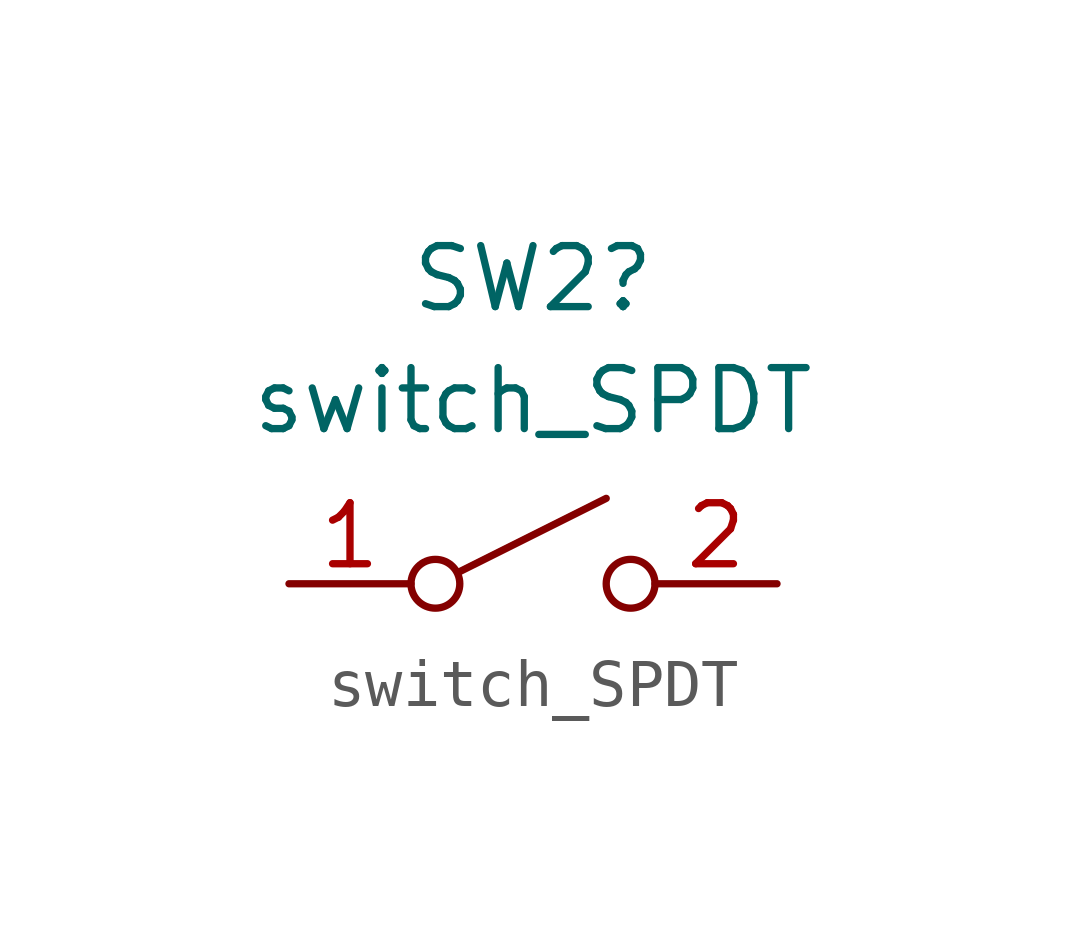
<source format=kicad_sym>
(kicad_symbol_lib
  (version 20231120)
  (generator "kicad_symbol_editor")
  (generator_version "8.0")
  (symbol "switch_SPDT"
    (pin_names
      (offset 0) hide)
    (property "Reference" "SW2"
      (at 0 6.35 0)
      (effects (font (size 1.27 1.27))))
    (property "Value" "switch_SPDT"
      (at 0 3.81 0)
      (effects (font (size 1.27 1.27))))
    (symbol "switch_SPDT_0_0"
      (circle (center -2.032 0) (radius 0.508) (stroke (width 0) (type default)) (fill (type none)))
      (polyline (pts (xy -1.524 0.254) (xy 1.524 1.778)) (stroke (width 0) (type default)) (fill (type none)))
      (circle (center 2.032 0) (radius 0.508) (stroke (width 0) (type default)) (fill (type none))))
    (symbol "switch_SPDT_1_1"
      (pin passive line (at -5.08 0 0) (length 2.54) (name "" (effects (font (size 1.27 1.27)))) (number "1" (effects (font (size 1.27 1.27)))))
      (pin passive line (at 5.08 0 180) (length 2.54) (name "" (effects (font (size 1.27 1.27)))) (number "2" (effects (font (size 1.27 1.27))))))))
</source>
